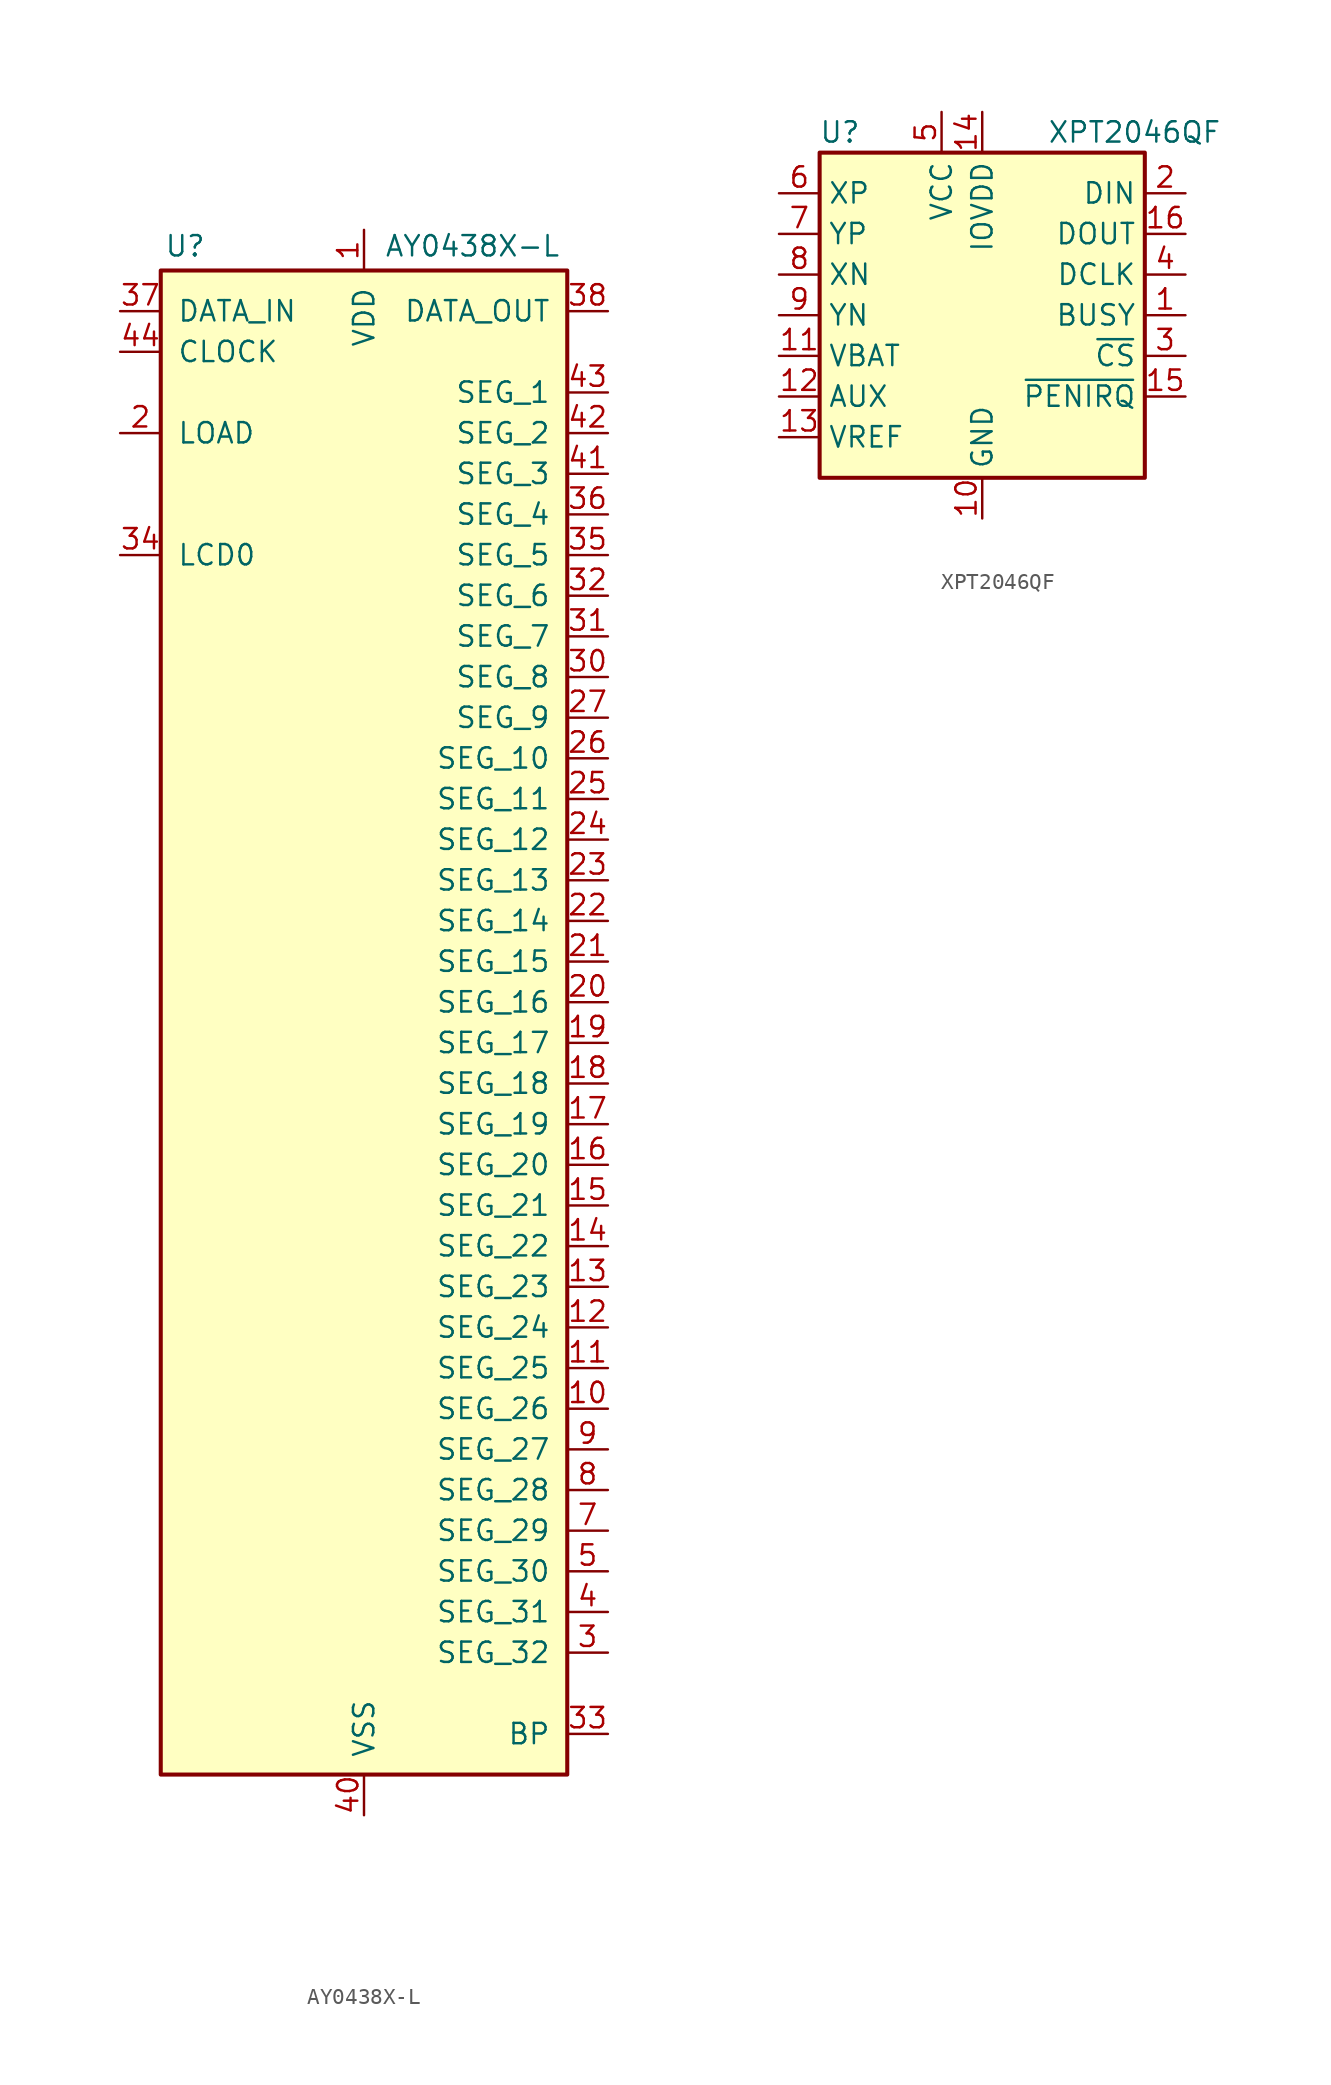
<source format=kicad_sym>
(kicad_symbol_lib
  (version 20200908)
  (generator kicad_symbol_editor)
  (symbol "Driver_Display:AY0438X-L"
    (pin_names
      (offset 1.016))
    (property "Reference" "U"
      (at -11.176 47.244 0)
      (effects (font (size 1.27 1.27))))
    (property "Value" "AY0438X-L"
      (at 1.27 47.244 0)
      (effects (font (size 1.27 1.27)) (justify left)))
    (symbol "AY0438X-L_0_1"
      (rectangle (start -12.7 45.72) (end 12.7 -48.26) (stroke (width 0.254)) (fill (type background))))
    (symbol "AY0438X-L_1_1"
      (pin power_in line (at 0 48.26 270) (length 2.54) (name "VDD" (effects (font (size 1.27 1.27)))) (number "1" (effects (font (size 1.27 1.27)))))
      (pin output line (at 15.24 -25.4 180) (length 2.54) (name "SEG_26" (effects (font (size 1.27 1.27)))) (number "10" (effects (font (size 1.27 1.27)))))
      (pin output line (at 15.24 -22.86 180) (length 2.54) (name "SEG_25" (effects (font (size 1.27 1.27)))) (number "11" (effects (font (size 1.27 1.27)))))
      (pin output line (at 15.24 -20.32 180) (length 2.54) (name "SEG_24" (effects (font (size 1.27 1.27)))) (number "12" (effects (font (size 1.27 1.27)))))
      (pin output line (at 15.24 -17.78 180) (length 2.54) (name "SEG_23" (effects (font (size 1.27 1.27)))) (number "13" (effects (font (size 1.27 1.27)))))
      (pin output line (at 15.24 -15.24 180) (length 2.54) (name "SEG_22" (effects (font (size 1.27 1.27)))) (number "14" (effects (font (size 1.27 1.27)))))
      (pin output line (at 15.24 -12.7 180) (length 2.54) (name "SEG_21" (effects (font (size 1.27 1.27)))) (number "15" (effects (font (size 1.27 1.27)))))
      (pin output line (at 15.24 -10.16 180) (length 2.54) (name "SEG_20" (effects (font (size 1.27 1.27)))) (number "16" (effects (font (size 1.27 1.27)))))
      (pin output line (at 15.24 -7.62 180) (length 2.54) (name "SEG_19" (effects (font (size 1.27 1.27)))) (number "17" (effects (font (size 1.27 1.27)))))
      (pin output line (at 15.24 -5.08 180) (length 2.54) (name "SEG_18" (effects (font (size 1.27 1.27)))) (number "18" (effects (font (size 1.27 1.27)))))
      (pin output line (at 15.24 -2.54 180) (length 2.54) (name "SEG_17" (effects (font (size 1.27 1.27)))) (number "19" (effects (font (size 1.27 1.27)))))
      (pin input line (at -15.24 35.56 0) (length 2.54) (name "LOAD" (effects (font (size 1.27 1.27)))) (number "2" (effects (font (size 1.27 1.27)))))
      (pin output line (at 15.24 0 180) (length 2.54) (name "SEG_16" (effects (font (size 1.27 1.27)))) (number "20" (effects (font (size 1.27 1.27)))))
      (pin output line (at 15.24 2.54 180) (length 2.54) (name "SEG_15" (effects (font (size 1.27 1.27)))) (number "21" (effects (font (size 1.27 1.27)))))
      (pin output line (at 15.24 5.08 180) (length 2.54) (name "SEG_14" (effects (font (size 1.27 1.27)))) (number "22" (effects (font (size 1.27 1.27)))))
      (pin output line (at 15.24 7.62 180) (length 2.54) (name "SEG_13" (effects (font (size 1.27 1.27)))) (number "23" (effects (font (size 1.27 1.27)))))
      (pin output line (at 15.24 10.16 180) (length 2.54) (name "SEG_12" (effects (font (size 1.27 1.27)))) (number "24" (effects (font (size 1.27 1.27)))))
      (pin output line (at 15.24 12.7 180) (length 2.54) (name "SEG_11" (effects (font (size 1.27 1.27)))) (number "25" (effects (font (size 1.27 1.27)))))
      (pin output line (at 15.24 15.24 180) (length 2.54) (name "SEG_10" (effects (font (size 1.27 1.27)))) (number "26" (effects (font (size 1.27 1.27)))))
      (pin output line (at 15.24 17.78 180) (length 2.54) (name "SEG_9" (effects (font (size 1.27 1.27)))) (number "27" (effects (font (size 1.27 1.27)))))
      (pin unconnected line (at -12.7 -38.1 0) (length 2.54) hide (name "NC" (effects (font (size 1.27 1.27)))) (number "28" (effects (font (size 1.27 1.27)))))
      (pin unconnected line (at -12.7 -35.56 0) (length 2.54) hide (name "NC" (effects (font (size 1.27 1.27)))) (number "29" (effects (font (size 1.27 1.27)))))
      (pin output line (at 15.24 -40.64 180) (length 2.54) (name "SEG_32" (effects (font (size 1.27 1.27)))) (number "3" (effects (font (size 1.27 1.27)))))
      (pin output line (at 15.24 20.32 180) (length 2.54) (name "SEG_8" (effects (font (size 1.27 1.27)))) (number "30" (effects (font (size 1.27 1.27)))))
      (pin output line (at 15.24 22.86 180) (length 2.54) (name "SEG_7" (effects (font (size 1.27 1.27)))) (number "31" (effects (font (size 1.27 1.27)))))
      (pin output line (at 15.24 25.4 180) (length 2.54) (name "SEG_6" (effects (font (size 1.27 1.27)))) (number "32" (effects (font (size 1.27 1.27)))))
      (pin output line (at 15.24 -45.72 180) (length 2.54) (name "BP" (effects (font (size 1.27 1.27)))) (number "33" (effects (font (size 1.27 1.27)))))
      (pin input line (at -15.24 27.94 0) (length 2.54) (name "LCD0" (effects (font (size 1.27 1.27)))) (number "34" (effects (font (size 1.27 1.27)))))
      (pin output line (at 15.24 27.94 180) (length 2.54) (name "SEG_5" (effects (font (size 1.27 1.27)))) (number "35" (effects (font (size 1.27 1.27)))))
      (pin output line (at 15.24 30.48 180) (length 2.54) (name "SEG_4" (effects (font (size 1.27 1.27)))) (number "36" (effects (font (size 1.27 1.27)))))
      (pin input line (at -15.24 43.18 0) (length 2.54) (name "DATA_IN" (effects (font (size 1.27 1.27)))) (number "37" (effects (font (size 1.27 1.27)))))
      (pin output line (at 15.24 43.18 180) (length 2.54) (name "DATA_OUT" (effects (font (size 1.27 1.27)))) (number "38" (effects (font (size 1.27 1.27)))))
      (pin unconnected line (at -12.7 -33.02 0) (length 2.54) hide (name "NC" (effects (font (size 1.27 1.27)))) (number "39" (effects (font (size 1.27 1.27)))))
      (pin output line (at 15.24 -38.1 180) (length 2.54) (name "SEG_31" (effects (font (size 1.27 1.27)))) (number "4" (effects (font (size 1.27 1.27)))))
      (pin power_in line (at 0 -50.8 90) (length 2.54) (name "VSS" (effects (font (size 1.27 1.27)))) (number "40" (effects (font (size 1.27 1.27)))))
      (pin output line (at 15.24 33.02 180) (length 2.54) (name "SEG_3" (effects (font (size 1.27 1.27)))) (number "41" (effects (font (size 1.27 1.27)))))
      (pin output line (at 15.24 35.56 180) (length 2.54) (name "SEG_2" (effects (font (size 1.27 1.27)))) (number "42" (effects (font (size 1.27 1.27)))))
      (pin output line (at 15.24 38.1 180) (length 2.54) (name "SEG_1" (effects (font (size 1.27 1.27)))) (number "43" (effects (font (size 1.27 1.27)))))
      (pin input line (at -15.24 40.64 0) (length 2.54) (name "CLOCK" (effects (font (size 1.27 1.27)))) (number "44" (effects (font (size 1.27 1.27)))))
      (pin output line (at 15.24 -35.56 180) (length 2.54) (name "SEG_30" (effects (font (size 1.27 1.27)))) (number "5" (effects (font (size 1.27 1.27)))))
      (pin unconnected line (at -12.7 -40.64 0) (length 2.54) hide (name "NC" (effects (font (size 1.27 1.27)))) (number "6" (effects (font (size 1.27 1.27)))))
      (pin output line (at 15.24 -33.02 180) (length 2.54) (name "SEG_29" (effects (font (size 1.27 1.27)))) (number "7" (effects (font (size 1.27 1.27)))))
      (pin output line (at 15.24 -30.48 180) (length 2.54) (name "SEG_28" (effects (font (size 1.27 1.27)))) (number "8" (effects (font (size 1.27 1.27)))))
      (pin output line (at 15.24 -27.94 180) (length 2.54) (name "SEG_27" (effects (font (size 1.27 1.27)))) (number "9" (effects (font (size 1.27 1.27)))))))
  (symbol "Driver_Display:XPT2046QF"
    (property "Reference" "U"
      (at -8.89 11.43 0)
      (effects (font (size 1.27 1.27))))
    (property "Value" "XPT2046QF"
      (at 4.064 11.43 0)
      (effects (font (size 1.27 1.27)) (justify left)))
    (symbol "XPT2046QF_0_1"
      (rectangle (start -10.16 10.16) (end 10.16 -10.16) (stroke (width 0.254)) (fill (type background))))
    (symbol "XPT2046QF_1_1"
      (pin output line (at 12.7 0 180) (length 2.54) (name "BUSY" (effects (font (size 1.27 1.27)))) (number "1" (effects (font (size 1.27 1.27)))))
      (pin power_in line (at 0 -12.7 90) (length 2.54) (name "GND" (effects (font (size 1.27 1.27)))) (number "10" (effects (font (size 1.27 1.27)))))
      (pin power_in line (at -12.7 -2.54 0) (length 2.54) (name "VBAT" (effects (font (size 1.27 1.27)))) (number "11" (effects (font (size 1.27 1.27)))))
      (pin input line (at -12.7 -5.08 0) (length 2.54) (name "AUX" (effects (font (size 1.27 1.27)))) (number "12" (effects (font (size 1.27 1.27)))))
      (pin bidirectional line (at -12.7 -7.62 0) (length 2.54) (name "VREF" (effects (font (size 1.27 1.27)))) (number "13" (effects (font (size 1.27 1.27)))))
      (pin power_in line (at 0 12.7 270) (length 2.54) (name "IOVDD" (effects (font (size 1.27 1.27)))) (number "14" (effects (font (size 1.27 1.27)))))
      (pin open_collector line (at 12.7 -5.08 180) (length 2.54) (name "~PENIRQ" (effects (font (size 1.27 1.27)))) (number "15" (effects (font (size 1.27 1.27)))))
      (pin output line (at 12.7 5.08 180) (length 2.54) (name "DOUT" (effects (font (size 1.27 1.27)))) (number "16" (effects (font (size 1.27 1.27)))))
      (pin unconnected line (at 12.7 -7.62 180) (length 2.54) hide (name "NC" (effects (font (size 1.27 1.27)))) (number "17" (effects (font (size 1.27 1.27)))))
      (pin input line (at 12.7 7.62 180) (length 2.54) (name "DIN" (effects (font (size 1.27 1.27)))) (number "2" (effects (font (size 1.27 1.27)))))
      (pin input line (at 12.7 -2.54 180) (length 2.54) (name "~CS" (effects (font (size 1.27 1.27)))) (number "3" (effects (font (size 1.27 1.27)))))
      (pin input line (at 12.7 2.54 180) (length 2.54) (name "DCLK" (effects (font (size 1.27 1.27)))) (number "4" (effects (font (size 1.27 1.27)))))
      (pin power_in line (at -2.54 12.7 270) (length 2.54) (name "VCC" (effects (font (size 1.27 1.27)))) (number "5" (effects (font (size 1.27 1.27)))))
      (pin input line (at -12.7 7.62 0) (length 2.54) (name "XP" (effects (font (size 1.27 1.27)))) (number "6" (effects (font (size 1.27 1.27)))))
      (pin input line (at -12.7 5.08 0) (length 2.54) (name "YP" (effects (font (size 1.27 1.27)))) (number "7" (effects (font (size 1.27 1.27)))))
      (pin input line (at -12.7 2.54 0) (length 2.54) (name "XN" (effects (font (size 1.27 1.27)))) (number "8" (effects (font (size 1.27 1.27)))))
      (pin input line (at -12.7 0 0) (length 2.54) (name "YN" (effects (font (size 1.27 1.27)))) (number "9" (effects (font (size 1.27 1.27))))))))
</source>
